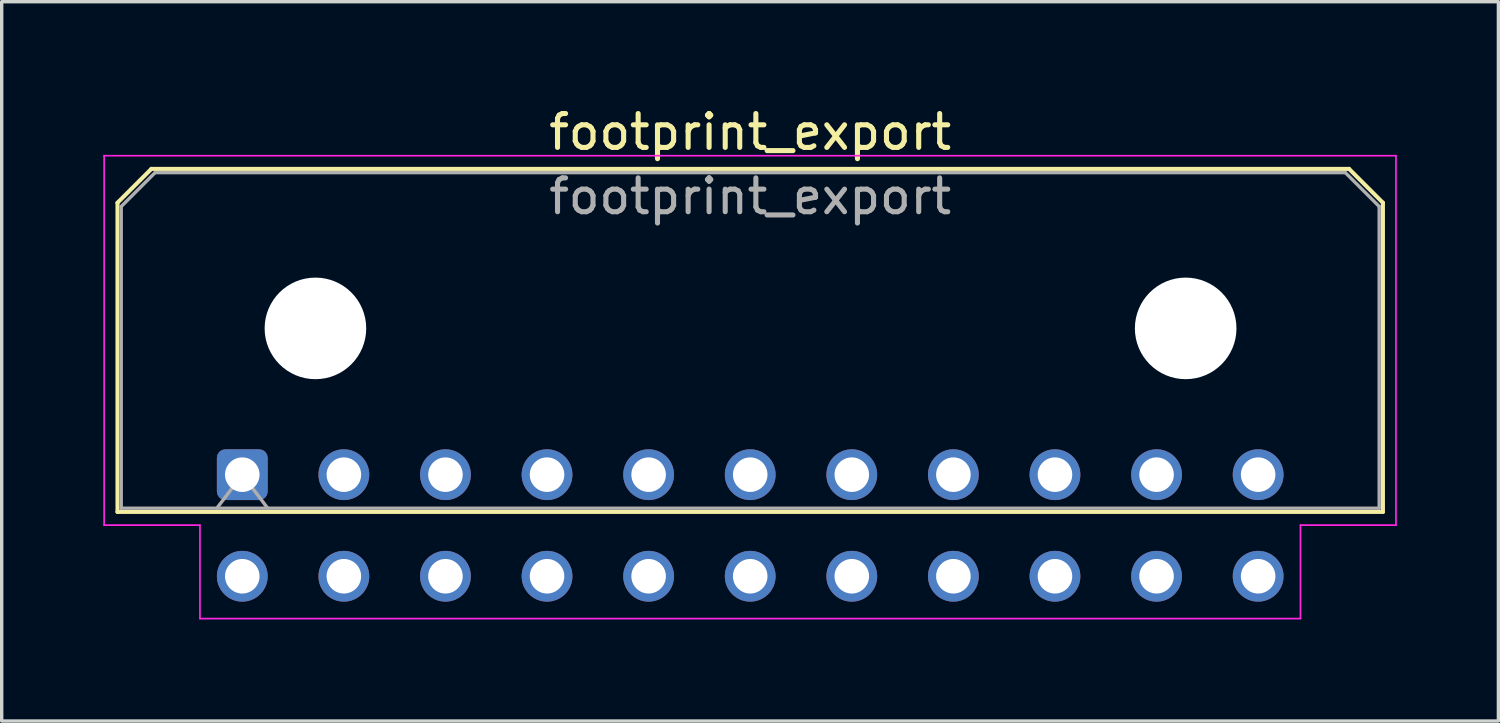
<source format=kicad_pcb>
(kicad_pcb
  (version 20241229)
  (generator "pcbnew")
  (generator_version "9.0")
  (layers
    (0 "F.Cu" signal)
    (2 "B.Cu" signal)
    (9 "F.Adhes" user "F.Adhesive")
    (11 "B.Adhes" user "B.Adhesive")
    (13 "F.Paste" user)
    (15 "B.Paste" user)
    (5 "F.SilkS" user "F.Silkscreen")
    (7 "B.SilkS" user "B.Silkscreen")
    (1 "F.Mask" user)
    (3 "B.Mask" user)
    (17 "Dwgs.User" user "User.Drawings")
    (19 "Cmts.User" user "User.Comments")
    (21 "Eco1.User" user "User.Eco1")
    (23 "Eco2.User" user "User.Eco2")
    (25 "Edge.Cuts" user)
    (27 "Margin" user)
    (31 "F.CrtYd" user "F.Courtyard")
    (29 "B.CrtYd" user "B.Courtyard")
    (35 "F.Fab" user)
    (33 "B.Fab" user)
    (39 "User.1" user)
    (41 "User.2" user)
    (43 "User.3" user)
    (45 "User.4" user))
  (footprint "footprint_export"
    (layer "F.Cu")
    (at 4.105 10.968)
    (property "Reference" "footprint_export" (at 15 -10.12 0) (layer "F.SilkS") (effects (font (size 1 1) (thickness 0.15))))
    (attr through_hole)
    (fp_line (start -3.685 -8.03) (end -2.685 -9.03) (stroke (width 0.12) (type solid)) (layer "F.SilkS"))
    (fp_line (start -3.685 1.1) (end -3.685 -8.03) (stroke (width 0.12) (type solid)) (layer "F.SilkS"))
    (fp_line (start -2.685 -9.03) (end 32.685 -9.03) (stroke (width 0.12) (type solid)) (layer "F.SilkS"))
    (fp_line (start 32.685 -9.03) (end 33.685 -8.03) (stroke (width 0.12) (type solid)) (layer "F.SilkS"))
    (fp_line (start 33.685 -8.03) (end 33.685 1.1) (stroke (width 0.12) (type solid)) (layer "F.SilkS"))
    (fp_line (start 33.685 1.1) (end -3.685 1.1) (stroke (width 0.12) (type solid)) (layer "F.SilkS"))
    (fp_line (start -4.08 -9.42) (end 34.07 -9.42) (stroke (width 0.05) (type solid)) (layer "F.CrtYd"))
    (fp_line (start -4.08 1.49) (end -4.08 -9.42) (stroke (width 0.05) (type solid)) (layer "F.CrtYd"))
    (fp_line (start -1.25 1.49) (end -4.08 1.49) (stroke (width 0.05) (type solid)) (layer "F.CrtYd"))
    (fp_line (start -1.25 4.25) (end -1.25 1.49) (stroke (width 0.05) (type solid)) (layer "F.CrtYd"))
    (fp_line (start 31.25 1.49) (end 31.25 4.25) (stroke (width 0.05) (type solid)) (layer "F.CrtYd"))
    (fp_line (start 31.25 4.25) (end -1.25 4.25) (stroke (width 0.05) (type solid)) (layer "F.CrtYd"))
    (fp_line (start 34.07 -9.42) (end 34.07 1.49) (stroke (width 0.05) (type solid)) (layer "F.CrtYd"))
    (fp_line (start 34.07 1.49) (end 31.25 1.49) (stroke (width 0.05) (type solid)) (layer "F.CrtYd"))
    (fp_line (start -3.575 -7.92) (end -2.575 -8.92) (stroke (width 0.1) (type solid)) (layer "F.Fab"))
    (fp_line (start -3.575 0.99) (end -3.575 -7.92) (stroke (width 0.1) (type solid)) (layer "F.Fab"))
    (fp_line (start -2.575 -8.92) (end 32.575 -8.92) (stroke (width 0.1) (type solid)) (layer "F.Fab"))
    (fp_line (start -0.75 0.99) (end 0 0) (stroke (width 0.1) (type solid)) (layer "F.Fab"))
    (fp_line (start 0 0) (end 0.75 0.99) (stroke (width 0.1) (type solid)) (layer "F.Fab"))
    (fp_line (start 32.575 -8.92) (end 33.575 -7.92) (stroke (width 0.1) (type solid)) (layer "F.Fab"))
    (fp_line (start 33.575 -7.92) (end 33.575 0.99) (stroke (width 0.1) (type solid)) (layer "F.Fab"))
    (fp_line (start 33.575 0.99) (end -3.575 0.99) (stroke (width 0.1) (type solid)) (layer "F.Fab"))
    (fp_text user "${REFERENCE}" (at 15 -8.22 0) (layer "F.Fab") (effects (font (size 1 1) (thickness 0.15))))
    (pad "" np_thru_hole circle (at 2.16 -4.32) (size 3 3) (drill 3) (layers "*.Cu" "*.Mask"))
    (pad "" np_thru_hole circle (at 27.86 -4.32) (size 3 3) (drill 3) (layers "*.Cu" "*.Mask"))
    (pad "1" thru_hole roundrect (at 0 0) (size 1.5 1.5) (drill 1.02) (layers "*.Cu" "*.Mask") (roundrect_rratio 0.167))
    (pad "2" thru_hole circle (at 3 0) (size 1.5 1.5) (drill 1.02) (layers "*.Cu" "*.Mask"))
    (pad "3" thru_hole circle (at 6 0) (size 1.5 1.5) (drill 1.02) (layers "*.Cu" "*.Mask"))
    (pad "4" thru_hole circle (at 9 0) (size 1.5 1.5) (drill 1.02) (layers "*.Cu" "*.Mask"))
    (pad "5" thru_hole circle (at 12 0) (size 1.5 1.5) (drill 1.02) (layers "*.Cu" "*.Mask"))
    (pad "6" thru_hole circle (at 15 0) (size 1.5 1.5) (drill 1.02) (layers "*.Cu" "*.Mask"))
    (pad "7" thru_hole circle (at 18 0) (size 1.5 1.5) (drill 1.02) (layers "*.Cu" "*.Mask"))
    (pad "8" thru_hole circle (at 21 0) (size 1.5 1.5) (drill 1.02) (layers "*.Cu" "*.Mask"))
    (pad "9" thru_hole circle (at 24 0) (size 1.5 1.5) (drill 1.02) (layers "*.Cu" "*.Mask"))
    (pad "10" thru_hole circle (at 27 0) (size 1.5 1.5) (drill 1.02) (layers "*.Cu" "*.Mask"))
    (pad "11" thru_hole circle (at 30 0) (size 1.5 1.5) (drill 1.02) (layers "*.Cu" "*.Mask"))
    (pad "12" thru_hole circle (at 0 3) (size 1.5 1.5) (drill 1.02) (layers "*.Cu" "*.Mask"))
    (pad "13" thru_hole circle (at 3 3) (size 1.5 1.5) (drill 1.02) (layers "*.Cu" "*.Mask"))
    (pad "14" thru_hole circle (at 6 3) (size 1.5 1.5) (drill 1.02) (layers "*.Cu" "*.Mask"))
    (pad "15" thru_hole circle (at 9 3) (size 1.5 1.5) (drill 1.02) (layers "*.Cu" "*.Mask"))
    (pad "16" thru_hole circle (at 12 3) (size 1.5 1.5) (drill 1.02) (layers "*.Cu" "*.Mask"))
    (pad "17" thru_hole circle (at 15 3) (size 1.5 1.5) (drill 1.02) (layers "*.Cu" "*.Mask"))
    (pad "18" thru_hole circle (at 18 3) (size 1.5 1.5) (drill 1.02) (layers "*.Cu" "*.Mask"))
    (pad "19" thru_hole circle (at 21 3) (size 1.5 1.5) (drill 1.02) (layers "*.Cu" "*.Mask"))
    (pad "20" thru_hole circle (at 24 3) (size 1.5 1.5) (drill 1.02) (layers "*.Cu" "*.Mask"))
    (pad "21" thru_hole circle (at 27 3) (size 1.5 1.5) (drill 1.02) (layers "*.Cu" "*.Mask"))
    (pad "22" thru_hole circle (at 30 3) (size 1.5 1.5) (drill 1.02) (layers "*.Cu" "*.Mask")))
  (gr_rect
    (start -3 -3)
    (end 41.2 18.243)
    (stroke (width 0.1) (type default))
    (fill no)
    (layer "Edge.Cuts")))
</source>
